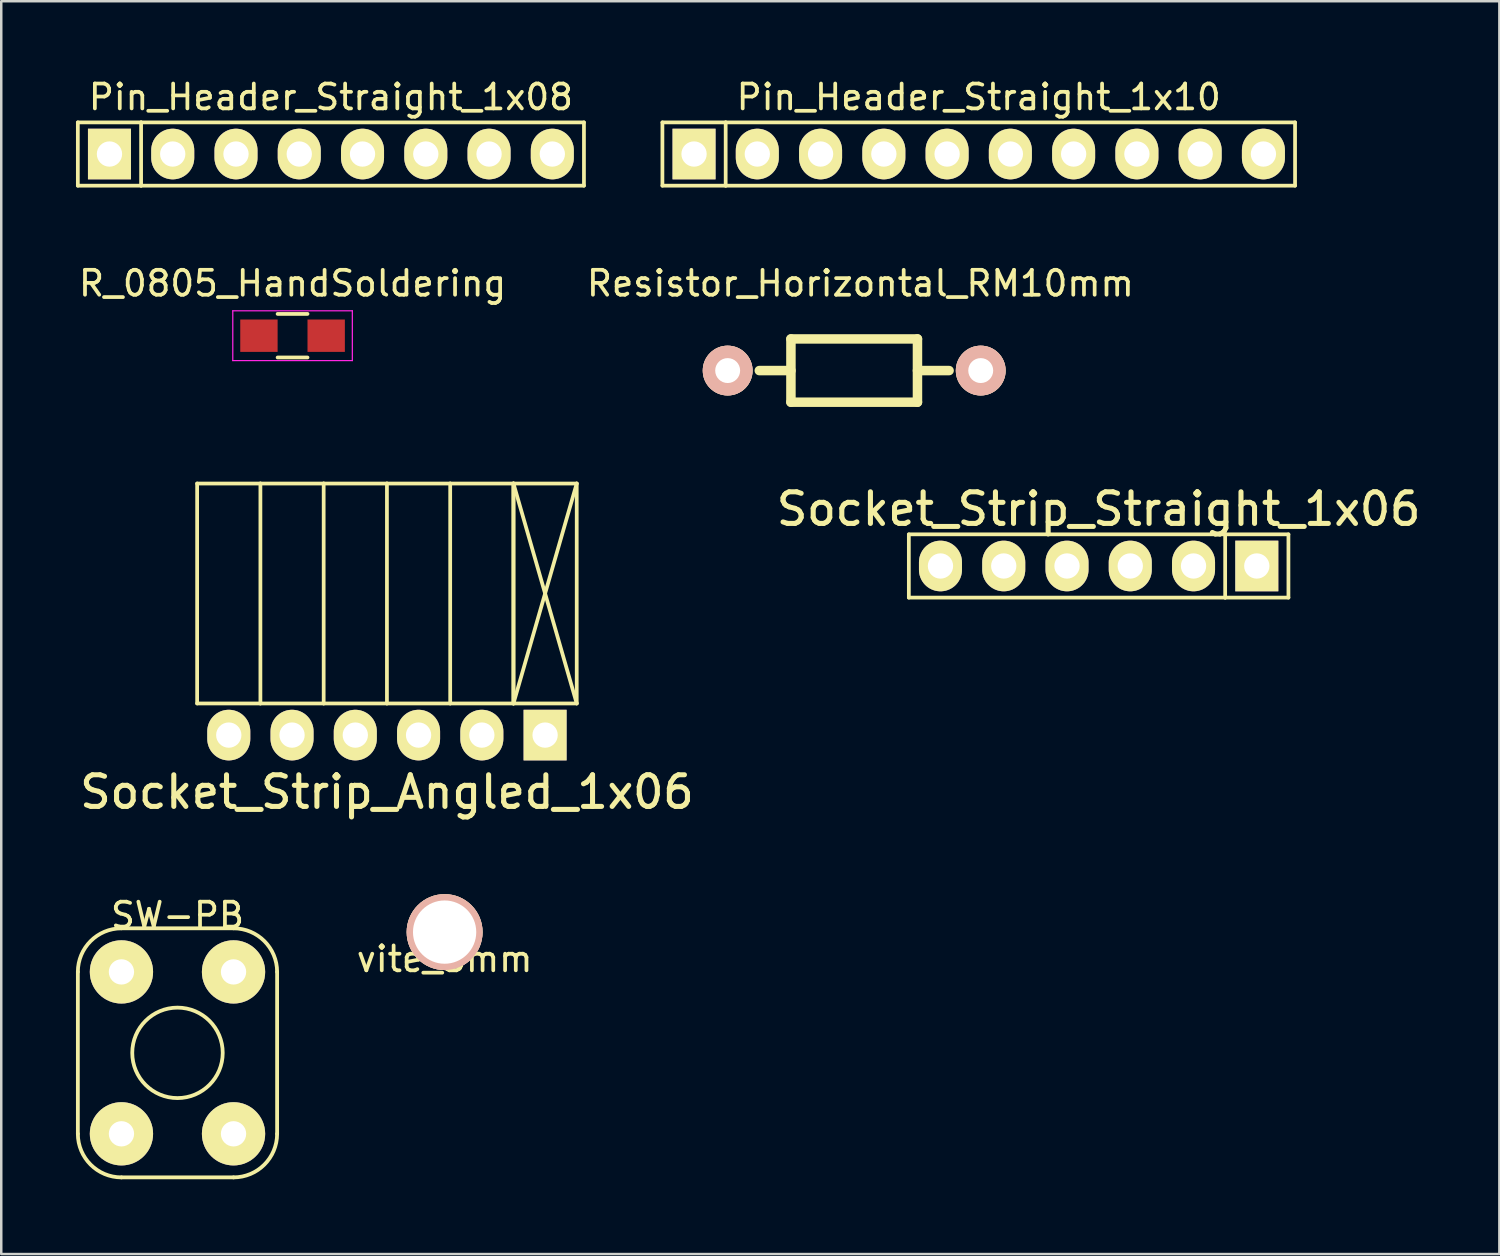
<source format=kicad_pcb>
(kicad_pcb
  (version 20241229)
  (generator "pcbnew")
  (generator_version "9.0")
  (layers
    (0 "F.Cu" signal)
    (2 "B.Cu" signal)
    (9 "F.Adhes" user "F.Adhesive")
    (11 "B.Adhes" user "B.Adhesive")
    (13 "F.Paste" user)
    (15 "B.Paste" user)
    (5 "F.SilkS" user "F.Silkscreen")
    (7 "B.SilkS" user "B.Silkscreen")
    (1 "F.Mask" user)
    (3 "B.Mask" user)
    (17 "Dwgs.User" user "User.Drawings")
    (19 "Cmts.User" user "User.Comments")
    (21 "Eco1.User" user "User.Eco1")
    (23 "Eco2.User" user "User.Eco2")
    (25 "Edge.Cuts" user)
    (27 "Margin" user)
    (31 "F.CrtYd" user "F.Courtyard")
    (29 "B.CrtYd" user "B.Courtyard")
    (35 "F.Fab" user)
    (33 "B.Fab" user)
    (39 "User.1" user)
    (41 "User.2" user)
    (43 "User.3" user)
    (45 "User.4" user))
  (footprint "SW-PB"
    (layer "F.Cu")
    (at 4.076 39.221)
    (property "Reference" "SW-PB" (at 0 -5.524 0) (layer "F.SilkS") (effects (font (size 1 1) (thickness 0.15))))
    (attr through_hole)
    (fp_line (start -4 3.25) (end -4 -3.25) (stroke (width 0.152) (type solid)) (layer "F.SilkS"))
    (fp_line (start -2.25 -5) (end 2.25 -5) (stroke (width 0.152) (type solid)) (layer "F.SilkS"))
    (fp_line (start 2.25 5) (end -2.25 5) (stroke (width 0.152) (type solid)) (layer "F.SilkS"))
    (fp_line (start 4 -3.25) (end 4 3.25) (stroke (width 0.152) (type solid)) (layer "F.SilkS"))
    (fp_arc (start -4 -3.25) (mid -3.487437 -4.487437) (end -2.25 -5) (stroke (width 0.1524) (type solid)) (layer "F.SilkS"))
    (fp_arc (start -2.25 5) (mid -3.487437 4.487437) (end -4 3.25) (stroke (width 0.1524) (type solid)) (layer "F.SilkS"))
    (fp_arc (start 2.25 -5) (mid 3.487437 -4.487437) (end 4 -3.25) (stroke (width 0.1524) (type solid)) (layer "F.SilkS"))
    (fp_arc (start 4 3.25) (mid 3.487437 4.487437) (end 2.25 5) (stroke (width 0.1524) (type solid)) (layer "F.SilkS"))
    (fp_circle (center 0 0) (end -1.816 0) (stroke (width 0.152) (type solid)) (fill no) (layer "F.SilkS"))
    (pad "1" thru_hole circle (at -2.25 -3.25) (size 2.54 2.54) (drill 1.016) (layers "*.Cu" "*.Mask" "F.SilkS"))
    (pad "1" thru_hole circle (at -2.25 3.25) (size 2.54 2.54) (drill 1.016) (layers "*.Cu" "*.Mask" "F.SilkS"))
    (pad "2" thru_hole circle (at 2.25 -3.25) (size 2.54 2.54) (drill 1.016) (layers "*.Cu" "*.Mask" "F.SilkS"))
    (pad "2" thru_hole circle (at 2.25 3.25) (size 2.54 2.54) (drill 1.016) (layers "*.Cu" "*.Mask" "F.SilkS")))
  (footprint "Resistor_Horizontal_RM10mm"
    (layer "F.Cu")
    (at 31.245 11.828)
    (property "Reference" "Resistor_Horizontal_RM10mm" (at 0.249 -3.5 0) (layer "F.SilkS") (effects (font (size 1 1) (thickness 0.15))))
    (attr through_hole)
    (fp_line (start -2.54 -1.27) (end 2.54 -1.27) (stroke (width 0.381) (type solid)) (layer "F.SilkS"))
    (fp_line (start -2.54 0) (end -3.81 0) (stroke (width 0.381) (type solid)) (layer "F.SilkS"))
    (fp_line (start -2.54 1.27) (end -2.54 -1.27) (stroke (width 0.381) (type solid)) (layer "F.SilkS"))
    (fp_line (start 2.54 -1.27) (end 2.54 1.27) (stroke (width 0.381) (type solid)) (layer "F.SilkS"))
    (fp_line (start 2.54 0) (end 3.81 0) (stroke (width 0.381) (type solid)) (layer "F.SilkS"))
    (fp_line (start 2.54 1.27) (end -2.54 1.27) (stroke (width 0.381) (type solid)) (layer "F.SilkS"))
    (pad "1" thru_hole circle (at -5.08 0) (size 1.999 1.999) (drill 1.001) (layers "*.Cu" "*.SilkS" "*.Mask"))
    (pad "2" thru_hole circle (at 5.08 0) (size 1.999 1.999) (drill 1.001) (layers "*.Cu" "*.SilkS" "*.Mask")))
  (footprint "vite_3mm"
    (layer "F.Cu")
    (at 14.801 34.373)
    (property "Reference" "vite_3mm" (at 0 1.079 0) (layer "F.SilkS") (effects (font (size 1 1) (thickness 0.15))))
    (attr smd)
    (pad "1" thru_hole circle (at 0 0) (size 3.048 3.048) (drill 2.54) (layers "*.Cu" "*.SilkS" "*.Mask")))
  (footprint "Pin_Header_Straight_1x10"
    (layer "F.Cu")
    (at 36.245 3.134)
    (property "Reference" "Pin_Header_Straight_1x10" (at 0 -2.286 0) (layer "F.SilkS") (effects (font (size 1 1) (thickness 0.15))))
    (attr through_hole)
    (fp_line (start -12.7 -1.27) (end -12.7 1.27) (stroke (width 0.15) (type solid)) (layer "F.SilkS"))
    (fp_line (start -12.7 -1.27) (end -10.16 -1.27) (stroke (width 0.15) (type solid)) (layer "F.SilkS"))
    (fp_line (start -12.7 1.27) (end -10.16 1.27) (stroke (width 0.15) (type solid)) (layer "F.SilkS"))
    (fp_line (start -10.16 -1.27) (end -10.16 1.27) (stroke (width 0.15) (type solid)) (layer "F.SilkS"))
    (fp_line (start -10.16 -1.27) (end 12.7 -1.27) (stroke (width 0.15) (type solid)) (layer "F.SilkS"))
    (fp_line (start 12.7 -1.27) (end 12.7 1.27) (stroke (width 0.15) (type solid)) (layer "F.SilkS"))
    (fp_line (start 12.7 1.27) (end -10.16 1.27) (stroke (width 0.15) (type solid)) (layer "F.SilkS"))
    (pad "1" thru_hole rect (at -11.43 0) (size 1.727 2.032) (drill 1.016) (layers "*.Cu" "*.Mask" "F.SilkS"))
    (pad "2" thru_hole oval (at -8.89 0) (size 1.727 2.032) (drill 1.016) (layers "*.Cu" "*.Mask" "F.SilkS"))
    (pad "3" thru_hole oval (at -6.35 0) (size 1.727 2.032) (drill 1.016) (layers "*.Cu" "*.Mask" "F.SilkS"))
    (pad "4" thru_hole oval (at -3.81 0) (size 1.727 2.032) (drill 1.016) (layers "*.Cu" "*.Mask" "F.SilkS"))
    (pad "5" thru_hole oval (at -1.27 0) (size 1.727 2.032) (drill 1.016) (layers "*.Cu" "*.Mask" "F.SilkS"))
    (pad "6" thru_hole oval (at 1.27 0) (size 1.727 2.032) (drill 1.016) (layers "*.Cu" "*.Mask" "F.SilkS"))
    (pad "7" thru_hole oval (at 3.81 0) (size 1.727 2.032) (drill 1.016) (layers "*.Cu" "*.Mask" "F.SilkS"))
    (pad "8" thru_hole oval (at 6.35 0) (size 1.727 2.032) (drill 1.016) (layers "*.Cu" "*.Mask" "F.SilkS"))
    (pad "9" thru_hole oval (at 8.89 0) (size 1.727 2.032) (drill 1.016) (layers "*.Cu" "*.Mask" "F.SilkS"))
    (pad "10" thru_hole oval (at 11.43 0) (size 1.727 2.032) (drill 1.016) (layers "*.Cu" "*.Mask" "F.SilkS")))
  (footprint "Pin_Header_Straight_1x08"
    (layer "F.Cu")
    (at 10.235 3.134)
    (property "Reference" "Pin_Header_Straight_1x08" (at 0 -2.286 0) (layer "F.SilkS") (effects (font (size 1 1) (thickness 0.15))))
    (attr through_hole)
    (fp_line (start -10.16 -1.27) (end -10.16 1.27) (stroke (width 0.15) (type solid)) (layer "F.SilkS"))
    (fp_line (start -10.16 -1.27) (end -7.62 -1.27) (stroke (width 0.15) (type solid)) (layer "F.SilkS"))
    (fp_line (start -10.16 1.27) (end -7.62 1.27) (stroke (width 0.15) (type solid)) (layer "F.SilkS"))
    (fp_line (start -7.62 -1.27) (end -7.62 1.27) (stroke (width 0.15) (type solid)) (layer "F.SilkS"))
    (fp_line (start -7.62 -1.27) (end 10.16 -1.27) (stroke (width 0.15) (type solid)) (layer "F.SilkS"))
    (fp_line (start 10.16 -1.27) (end 10.16 1.27) (stroke (width 0.15) (type solid)) (layer "F.SilkS"))
    (fp_line (start 10.16 1.27) (end -7.62 1.27) (stroke (width 0.15) (type solid)) (layer "F.SilkS"))
    (pad "1" thru_hole rect (at -8.89 0) (size 1.727 2.032) (drill 1.016) (layers "*.Cu" "*.Mask" "F.SilkS"))
    (pad "2" thru_hole oval (at -6.35 0) (size 1.727 2.032) (drill 1.016) (layers "*.Cu" "*.Mask" "F.SilkS"))
    (pad "3" thru_hole oval (at -3.81 0) (size 1.727 2.032) (drill 1.016) (layers "*.Cu" "*.Mask" "F.SilkS"))
    (pad "4" thru_hole oval (at -1.27 0) (size 1.727 2.032) (drill 1.016) (layers "*.Cu" "*.Mask" "F.SilkS"))
    (pad "5" thru_hole oval (at 1.27 0) (size 1.727 2.032) (drill 1.016) (layers "*.Cu" "*.Mask" "F.SilkS"))
    (pad "6" thru_hole oval (at 3.81 0) (size 1.727 2.032) (drill 1.016) (layers "*.Cu" "*.Mask" "F.SilkS"))
    (pad "7" thru_hole oval (at 6.35 0) (size 1.727 2.032) (drill 1.016) (layers "*.Cu" "*.Mask" "F.SilkS"))
    (pad "8" thru_hole oval (at 8.89 0) (size 1.727 2.032) (drill 1.016) (layers "*.Cu" "*.Mask" "F.SilkS")))
  (footprint "Socket_Strip_Straight_1x06"
    (layer "F.Cu")
    (at 41.059 19.674)
    (property "Reference" "Socket_Strip_Straight_1x06" (at 0 -2.286 0) (layer "F.SilkS") (effects (font (size 1.27 1.27) (thickness 0.203))))
    (attr through_hole)
    (fp_line (start -7.62 -1.27) (end -7.62 1.27) (stroke (width 0.15) (type solid)) (layer "F.SilkS"))
    (fp_line (start -7.62 1.27) (end 5.08 1.27) (stroke (width 0.15) (type solid)) (layer "F.SilkS"))
    (fp_line (start 5.08 -1.27) (end -7.62 -1.27) (stroke (width 0.15) (type solid)) (layer "F.SilkS"))
    (fp_line (start 5.08 -1.27) (end 5.08 1.27) (stroke (width 0.15) (type solid)) (layer "F.SilkS"))
    (fp_line (start 7.62 -1.27) (end 5.08 -1.27) (stroke (width 0.15) (type solid)) (layer "F.SilkS"))
    (fp_line (start 7.62 -1.27) (end 7.62 1.27) (stroke (width 0.15) (type solid)) (layer "F.SilkS"))
    (fp_line (start 7.62 1.27) (end 5.08 1.27) (stroke (width 0.15) (type solid)) (layer "F.SilkS"))
    (pad "1" thru_hole rect (at 6.35 0 180) (size 1.727 2.032) (drill 1.016) (layers "*.Cu" "*.Mask" "F.SilkS"))
    (pad "2" thru_hole oval (at 3.81 0 180) (size 1.727 2.032) (drill 1.016) (layers "*.Cu" "*.Mask" "F.SilkS"))
    (pad "3" thru_hole oval (at 1.27 0 180) (size 1.727 2.032) (drill 1.016) (layers "*.Cu" "*.Mask" "F.SilkS"))
    (pad "4" thru_hole oval (at -1.27 0 180) (size 1.727 2.032) (drill 1.016) (layers "*.Cu" "*.Mask" "F.SilkS"))
    (pad "5" thru_hole oval (at -3.81 0 180) (size 1.727 2.032) (drill 1.016) (layers "*.Cu" "*.Mask" "F.SilkS"))
    (pad "6" thru_hole oval (at -6.35 0 180) (size 1.727 2.032) (drill 1.016) (layers "*.Cu" "*.Mask" "F.SilkS")))
  (footprint "R_0805_HandSoldering"
    (layer "F.Cu")
    (at 8.696 10.428)
    (property "Reference" "R_0805_HandSoldering" (at 0 -2.1 0) (layer "F.SilkS") (effects (font (size 1 1) (thickness 0.15))))
    (attr smd)
    (fp_line (start -0.6 -0.875) (end 0.6 -0.875) (stroke (width 0.15) (type solid)) (layer "F.SilkS"))
    (fp_line (start 0.6 0.875) (end -0.6 0.875) (stroke (width 0.15) (type solid)) (layer "F.SilkS"))
    (fp_line (start -2.4 -1) (end -2.4 1) (stroke (width 0.05) (type solid)) (layer "F.CrtYd"))
    (fp_line (start -2.4 -1) (end 2.4 -1) (stroke (width 0.05) (type solid)) (layer "F.CrtYd"))
    (fp_line (start -2.4 1) (end 2.4 1) (stroke (width 0.05) (type solid)) (layer "F.CrtYd"))
    (fp_line (start 2.4 -1) (end 2.4 1) (stroke (width 0.05) (type solid)) (layer "F.CrtYd"))
    (pad "1" smd rect (at -1.35 0) (size 1.5 1.3) (layers "F.Cu" "F.Mask" "F.Paste"))
    (pad "2" smd rect (at 1.35 0) (size 1.5 1.3) (layers "F.Cu" "F.Mask" "F.Paste")))
  (footprint "Socket_Strip_Angled_1x06"
    (layer "F.Cu")
    (at 12.485 26.463)
    (property "Reference" "Socket_Strip_Angled_1x06" (at 0 2.286 0) (layer "F.SilkS") (effects (font (size 1.27 1.27) (thickness 0.203))))
    (attr through_hole)
    (fp_line (start -7.62 -10.1) (end -7.62 -1.27) (stroke (width 0.15) (type solid)) (layer "F.SilkS"))
    (fp_line (start -5.08 -10.1) (end -7.62 -10.1) (stroke (width 0.15) (type solid)) (layer "F.SilkS"))
    (fp_line (start -5.08 -10.1) (end -5.08 -1.27) (stroke (width 0.15) (type solid)) (layer "F.SilkS"))
    (fp_line (start -5.08 -1.27) (end -7.62 -1.27) (stroke (width 0.15) (type solid)) (layer "F.SilkS"))
    (fp_line (start -2.54 -10.1) (end -5.08 -10.1) (stroke (width 0.15) (type solid)) (layer "F.SilkS"))
    (fp_line (start -2.54 -10.1) (end -2.54 -1.27) (stroke (width 0.15) (type solid)) (layer "F.SilkS"))
    (fp_line (start -2.54 -1.27) (end -5.08 -1.27) (stroke (width 0.15) (type solid)) (layer "F.SilkS"))
    (fp_line (start 0 -10.1) (end -2.54 -10.1) (stroke (width 0.15) (type solid)) (layer "F.SilkS"))
    (fp_line (start 0 -10.1) (end 0 -1.27) (stroke (width 0.15) (type solid)) (layer "F.SilkS"))
    (fp_line (start 0 -1.27) (end -2.54 -1.27) (stroke (width 0.15) (type solid)) (layer "F.SilkS"))
    (fp_line (start 2.54 -10.1) (end 0 -10.1) (stroke (width 0.15) (type solid)) (layer "F.SilkS"))
    (fp_line (start 2.54 -10.1) (end 2.54 -1.27) (stroke (width 0.15) (type solid)) (layer "F.SilkS"))
    (fp_line (start 2.54 -1.27) (end 0 -1.27) (stroke (width 0.15) (type solid)) (layer "F.SilkS"))
    (fp_line (start 5.08 -10.1) (end 2.54 -10.1) (stroke (width 0.15) (type solid)) (layer "F.SilkS"))
    (fp_line (start 5.08 -10.1) (end 5.08 -1.27) (stroke (width 0.15) (type solid)) (layer "F.SilkS"))
    (fp_line (start 5.08 -1.27) (end 2.54 -1.27) (stroke (width 0.15) (type solid)) (layer "F.SilkS"))
    (fp_line (start 5.08 -1.27) (end 5.08 -10.1) (stroke (width 0.15) (type solid)) (layer "F.SilkS"))
    (fp_line (start 7.62 -10.1) (end 5.08 -10.1) (stroke (width 0.15) (type solid)) (layer "F.SilkS"))
    (fp_line (start 7.62 -10.1) (end 5.08 -1.27) (stroke (width 0.15) (type solid)) (layer "F.SilkS"))
    (fp_line (start 7.62 -1.27) (end 5.08 -10.1) (stroke (width 0.15) (type solid)) (layer "F.SilkS"))
    (fp_line (start 7.62 -1.27) (end 5.08 -1.27) (stroke (width 0.15) (type solid)) (layer "F.SilkS"))
    (fp_line (start 7.62 -1.27) (end 7.62 -10.1) (stroke (width 0.15) (type solid)) (layer "F.SilkS"))
    (pad "1" thru_hole rect (at 6.35 0 180) (size 1.727 2.032) (drill 1.016) (layers "*.Cu" "*.Mask" "F.SilkS"))
    (pad "2" thru_hole oval (at 3.81 0 180) (size 1.727 2.032) (drill 1.016) (layers "*.Cu" "*.Mask" "F.SilkS"))
    (pad "3" thru_hole oval (at 1.27 0 180) (size 1.727 2.032) (drill 1.016) (layers "*.Cu" "*.Mask" "F.SilkS"))
    (pad "4" thru_hole oval (at -1.27 0 180) (size 1.727 2.032) (drill 1.016) (layers "*.Cu" "*.Mask" "F.SilkS"))
    (pad "5" thru_hole oval (at -3.81 0 180) (size 1.727 2.032) (drill 1.016) (layers "*.Cu" "*.Mask" "F.SilkS"))
    (pad "6" thru_hole oval (at -6.35 0 180) (size 1.727 2.032) (drill 1.016) (layers "*.Cu" "*.Mask" "F.SilkS")))
  (gr_rect
    (start -3 -3)
    (end 57.148 47.298)
    (stroke (width 0.1) (type default))
    (fill no)
    (layer "Edge.Cuts")))
</source>
